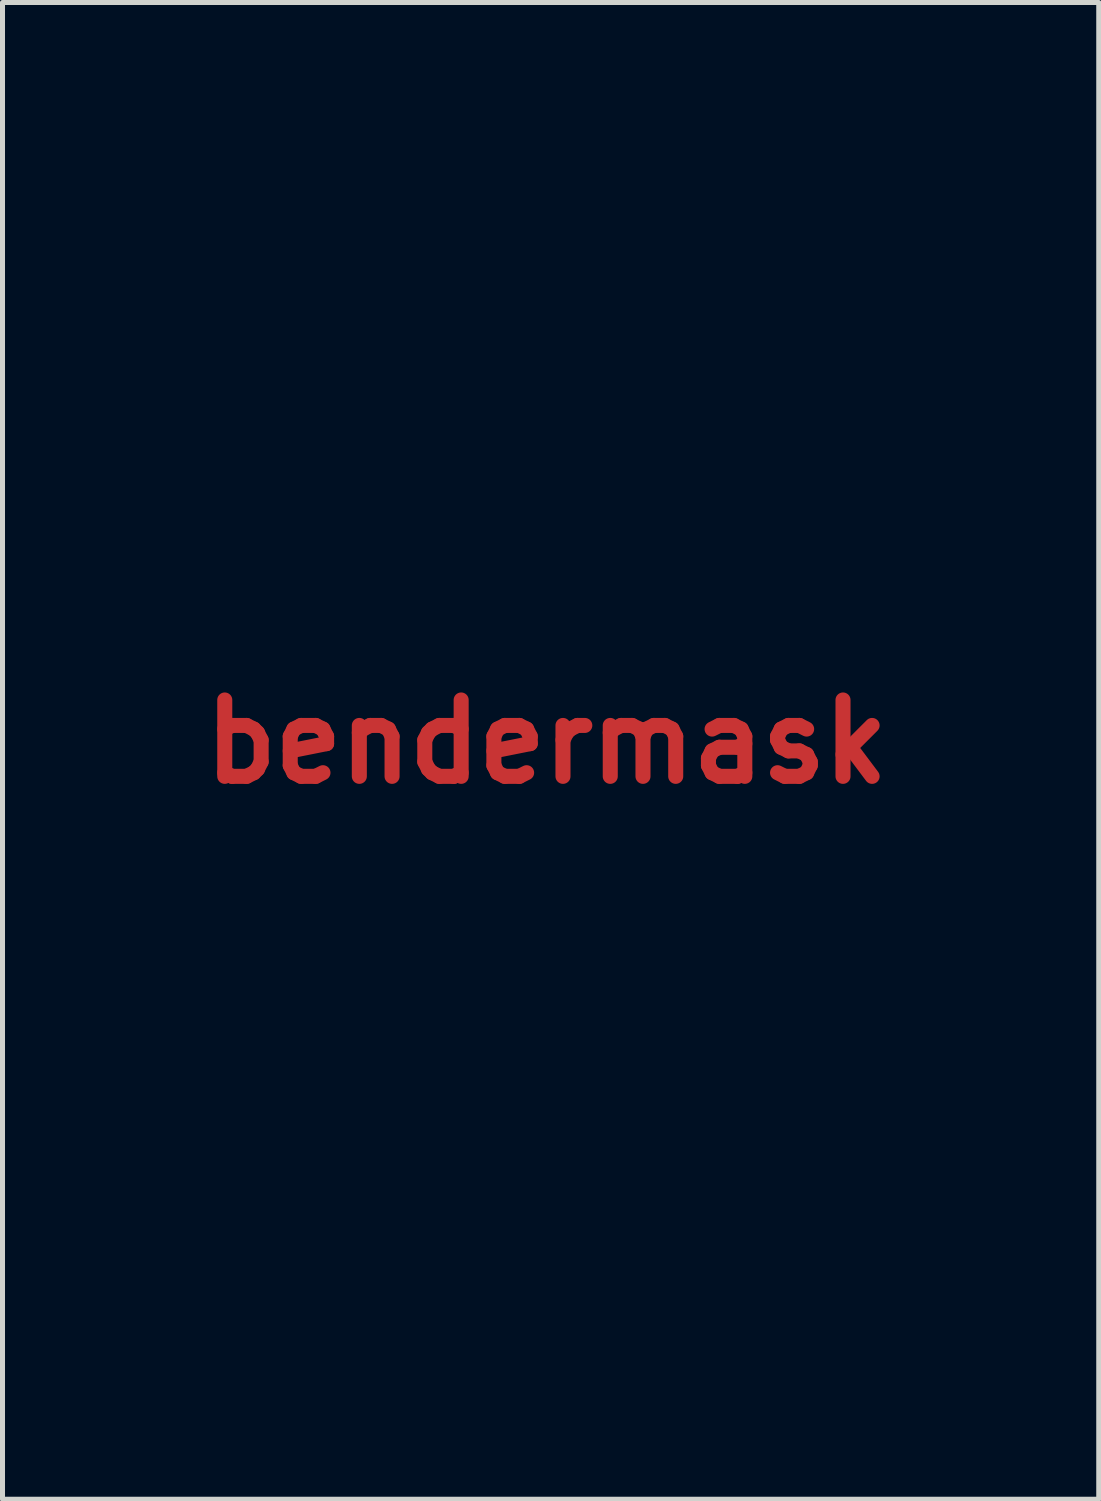
<source format=kicad_pcb>
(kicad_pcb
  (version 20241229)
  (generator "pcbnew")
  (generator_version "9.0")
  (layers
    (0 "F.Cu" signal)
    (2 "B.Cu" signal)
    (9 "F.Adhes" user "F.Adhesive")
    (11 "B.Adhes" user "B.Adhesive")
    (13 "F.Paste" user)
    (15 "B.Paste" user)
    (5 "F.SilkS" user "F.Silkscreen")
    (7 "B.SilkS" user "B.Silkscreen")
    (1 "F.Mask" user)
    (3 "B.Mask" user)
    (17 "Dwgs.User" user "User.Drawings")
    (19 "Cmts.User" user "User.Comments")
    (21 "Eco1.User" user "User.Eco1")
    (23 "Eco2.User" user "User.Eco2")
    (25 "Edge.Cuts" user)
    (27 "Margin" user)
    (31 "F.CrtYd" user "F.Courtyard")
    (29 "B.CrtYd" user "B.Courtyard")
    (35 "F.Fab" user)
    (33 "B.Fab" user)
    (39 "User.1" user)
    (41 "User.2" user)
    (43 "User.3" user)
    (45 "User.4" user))
  (footprint "bendermask"
    (layer "F.Cu")
    (at 7.858 11.753)
    (property "Reference" "bendermask" (at 0 0 0) (layer "F.Cu") (effects (font (size 1.524 1.524) (thickness 0.3))))
    (attr through_hole)
    (fp_poly (pts (xy -0.479 -6.13) (xy -0.445 -6.032) (xy -0.482 -5.933) (xy -0.603 -5.905) (xy -0.728 -5.935) (xy -0.762 -6.032) (xy -0.725 -6.132) (xy -0.603 -6.16) (xy -0.479 -6.13)) (stroke (width 0.01) (type solid)) (fill yes) (layer "F.Mask"))
    (fp_poly (pts (xy 1.12 -6.128) (xy 1.132 -6.022) (xy 1.079 -5.894) (xy 0.992 -5.853) (xy 0.933 -5.883) (xy 0.883 -5.997) (xy 0.918 -6.109) (xy 1.018 -6.159) (xy 1.02 -6.16) (xy 1.12 -6.128)) (stroke (width 0.01) (type solid)) (fill yes) (layer "F.Mask"))
    (fp_poly (pts (xy 1.031 1.454) (xy 1.117 1.556) (xy 1.184 1.68) (xy 1.173 1.778) (xy 1.117 1.873) (xy 0.977 1.997) (xy 0.807 2.03) (xy 0.654 1.962) (xy 0.648 1.956) (xy 0.58 1.816) (xy 0.665 1.816) (xy 0.751 1.926) (xy 0.892 1.955) (xy 1.006 1.913) (xy 1.064 1.814) (xy 1.069 1.707) (xy 1.004 1.584) (xy 0.883 1.528) (xy 0.755 1.546) (xy 0.669 1.645) (xy 0.667 1.65) (xy 0.665 1.816) (xy 0.58 1.816) (xy 0.579 1.815) (xy 0.581 1.644) (xy 0.647 1.501) (xy 0.694 1.463) (xy 0.884 1.401) (xy 1.031 1.454)) (stroke (width 0.01) (type solid)) (fill yes) (layer "F.Mask"))
    (fp_poly (pts (xy -0.71 -6.708) (xy -0.302 -6.697) (xy 0.151 -6.681) (xy 0.495 -6.667) (xy 0.746 -6.653) (xy 0.924 -6.635) (xy 1.044 -6.613) (xy 1.125 -6.582) (xy 1.185 -6.542) (xy 1.231 -6.499) (xy 1.378 -6.273) (xy 1.424 -6.018) (xy 1.374 -5.767) (xy 1.233 -5.555) (xy 1.079 -5.445) (xy 0.996 -5.408) (xy 0.902 -5.38) (xy 0.783 -5.361) (xy 0.622 -5.35) (xy 0.404 -5.347) (xy 0.114 -5.352) (xy -0.265 -5.363) (xy -0.747 -5.382) (xy -1.022 -5.393) (xy -1.407 -5.412) (xy -1.685 -5.438) (xy -1.88 -5.479) (xy -2.012 -5.542) (xy -2.104 -5.635) (xy -2.175 -5.766) (xy -2.202 -5.827) (xy -2.255 -6.1) (xy -2.253 -6.105) (xy -1.504 -6.105) (xy -1.474 -5.867) (xy -1.394 -5.664) (xy -1.27 -5.535) (xy -1.248 -5.524) (xy -1.098 -5.49) (xy -0.885 -5.471) (xy -0.648 -5.467) (xy -0.429 -5.478) (xy -0.267 -5.504) (xy -0.211 -5.529) (xy -0.174 -5.64) (xy -0.205 -5.841) (xy -0.206 -5.844) (xy -0.222 -6.032) (xy -0.124 -6.032) (xy -0.1 -5.786) (xy -0.028 -5.602) (xy 0.038 -5.529) (xy 0.13 -5.486) (xy 0.28 -5.466) (xy 0.523 -5.461) (xy 0.546 -5.461) (xy 0.8 -5.466) (xy 0.965 -5.486) (xy 1.076 -5.532) (xy 1.173 -5.612) (xy 1.178 -5.617) (xy 1.308 -5.828) (xy 1.329 -6.072) (xy 1.243 -6.31) (xy 1.186 -6.387) (xy 1.094 -6.477) (xy 0.986 -6.533) (xy 0.825 -6.566) (xy 0.575 -6.588) (xy 0.56 -6.589) (xy 0.314 -6.602) (xy 0.16 -6.597) (xy 0.068 -6.567) (xy 0.003 -6.506) (xy -0.023 -6.471) (xy -0.098 -6.28) (xy -0.124 -6.032) (xy -0.222 -6.032) (xy -0.232 -6.147) (xy -0.203 -6.277) (xy -0.171 -6.445) (xy -0.209 -6.534) (xy -0.313 -6.573) (xy -0.502 -6.597) (xy -0.739 -6.606) (xy -0.985 -6.599) (xy -1.201 -6.578) (xy -1.35 -6.543) (xy -1.389 -6.519) (xy -1.477 -6.335) (xy -1.504 -6.105) (xy -2.253 -6.105) (xy -2.194 -6.356) (xy -2.034 -6.566) (xy -1.841 -6.68) (xy -1.719 -6.7) (xy -1.481 -6.711) (xy -1.141 -6.714) (xy -0.71 -6.708)) (stroke (width 0.01) (type solid)) (fill yes) (layer "F.Mask"))
    (fp_poly (pts (xy 1.139 -11.699) (xy 1.232 -11.567) (xy 1.23 -11.376) (xy 1.204 -11.296) (xy 1.166 -11.137) (xy 1.154 -10.893) (xy 1.167 -10.546) (xy 1.173 -10.463) (xy 1.209 -10.097) (xy 1.271 -9.828) (xy 1.372 -9.626) (xy 1.532 -9.461) (xy 1.765 -9.304) (xy 1.837 -9.262) (xy 2.085 -9.076) (xy 2.282 -8.82) (xy 2.32 -8.754) (xy 2.508 -8.414) (xy 2.508 -3.304) (xy 3.011 -3.017) (xy 3.369 -2.801) (xy 3.625 -2.614) (xy 3.794 -2.436) (xy 3.891 -2.25) (xy 3.932 -2.036) (xy 3.937 -1.911) (xy 3.999 -1.603) (xy 4.094 -1.425) (xy 4.26 -1.087) (xy 4.299 -0.746) (xy 4.266 -0.551) (xy 4.238 -0.415) (xy 4.25 -0.295) (xy 4.312 -0.15) (xy 4.423 0.043) (xy 4.636 0.373) (xy 4.845 0.651) (xy 5.033 0.857) (xy 5.184 0.974) (xy 5.216 0.987) (xy 5.371 0.975) (xy 5.52 0.85) (xy 5.651 0.625) (xy 5.744 0.352) (xy 5.764 0.267) (xy 5.912 0.267) (xy 5.93 0.43) (xy 5.976 0.521) (xy 5.985 0.526) (xy 6.063 0.547) (xy 6.072 0.547) (xy 6.071 0.485) (xy 6.068 0.434) (xy 6.808 0.434) (xy 6.829 0.496) (xy 6.925 0.497) (xy 7.051 0.448) (xy 7.08 0.413) (xy 7.153 0.413) (xy 7.163 0.491) (xy 7.241 0.508) (xy 7.343 0.468) (xy 7.348 0.455) (xy 7.448 0.455) (xy 7.513 0.504) (xy 7.551 0.508) (xy 7.66 0.468) (xy 7.682 0.413) (xy 7.747 0.413) (xy 7.781 0.497) (xy 7.811 0.508) (xy 7.867 0.457) (xy 7.874 0.413) (xy 7.84 0.328) (xy 7.811 0.318) (xy 7.754 0.369) (xy 7.747 0.413) (xy 7.682 0.413) (xy 7.684 0.408) (xy 7.636 0.332) (xy 7.578 0.329) (xy 7.472 0.382) (xy 7.448 0.455) (xy 7.348 0.455) (xy 7.366 0.413) (xy 7.319 0.328) (xy 7.278 0.318) (xy 7.18 0.369) (xy 7.153 0.413) (xy 7.08 0.413) (xy 7.098 0.392) (xy 7.078 0.33) (xy 6.981 0.328) (xy 6.856 0.378) (xy 6.808 0.434) (xy 6.068 0.434) (xy 6.061 0.333) (xy 6.047 0.159) (xy 6.024 -0.045) (xy 5.998 -0.129) (xy 5.967 -0.102) (xy 5.964 -0.095) (xy 5.922 0.076) (xy 5.912 0.267) (xy 5.764 0.267) (xy 5.812 0.061) (xy 5.835 -0.148) (xy 5.814 -0.308) (xy 6.542 -0.308) (xy 6.547 -0.11) (xy 6.588 0.108) (xy 6.611 0.184) (xy 6.688 0.323) (xy 6.771 0.356) (xy 6.835 0.279) (xy 6.847 0.233) (xy 6.81 0.126) (xy 6.72 0.067) (xy 6.638 0.023) (xy 6.652 0.004) (xy 6.716 -0.053) (xy 6.731 -0.127) (xy 6.698 -0.232) (xy 6.652 -0.259) (xy 6.605 -0.272) (xy 6.652 -0.296) (xy 6.722 -0.37) (xy 6.717 -0.461) (xy 6.64 -0.508) (xy 6.636 -0.508) (xy 6.572 -0.452) (xy 6.542 -0.308) (xy 5.814 -0.308) (xy 5.813 -0.313) (xy 5.745 -0.472) (xy 5.717 -0.523) (xy 5.631 -0.744) (xy 5.74 -0.744) (xy 5.758 -0.686) (xy 5.827 -0.577) (xy 5.914 -0.463) (xy 5.987 -0.389) (xy 6.005 -0.381) (xy 6.028 -0.434) (xy 6.032 -0.493) (xy 6.001 -0.568) (xy 6.837 -0.568) (xy 6.839 -0.323) (xy 6.855 -0.104) (xy 6.875 0.016) (xy 6.906 0.105) (xy 6.957 0.157) (xy 7.056 0.182) (xy 7.235 0.19) (xy 7.399 0.191) (xy 7.874 0.191) (xy 7.874 0) (xy 7.856 -0.134) (xy 7.811 -0.19) (xy 7.811 -0.191) (xy 7.757 -0.138) (xy 7.747 -0.074) (xy 7.715 0.01) (xy 7.599 0.046) (xy 7.525 0.051) (xy 7.361 0.038) (xy 7.303 -0.023) (xy 7.303 -0.032) (xy 7.259 -0.094) (xy 7.211 -0.088) (xy 7.151 -0.01) (xy 7.157 0.043) (xy 7.154 0.115) (xy 7.081 0.118) (xy 7.007 0.047) (xy 6.964 -0.099) (xy 6.962 -0.127) (xy 7.366 -0.127) (xy 7.389 -0.075) (xy 7.408 -0.085) (xy 7.416 -0.159) (xy 7.556 -0.159) (xy 7.588 -0.127) (xy 7.62 -0.159) (xy 7.588 -0.191) (xy 7.556 -0.159) (xy 7.416 -0.159) (xy 7.416 -0.16) (xy 7.408 -0.169) (xy 7.371 -0.161) (xy 7.366 -0.127) (xy 6.962 -0.127) (xy 6.954 -0.268) (xy 6.958 -0.286) (xy 7.112 -0.286) (xy 7.159 -0.208) (xy 7.255 -0.195) (xy 7.33 -0.247) (xy 7.312 -0.314) (xy 7.265 -0.343) (xy 7.153 -0.377) (xy 7.115 -0.344) (xy 7.112 -0.286) (xy 6.958 -0.286) (xy 6.982 -0.412) (xy 7.038 -0.476) (xy 7.234 -0.506) (xy 7.383 -0.444) (xy 7.424 -0.392) (xy 7.526 -0.306) (xy 7.668 -0.292) (xy 7.799 -0.34) (xy 7.871 -0.443) (xy 7.874 -0.473) (xy 7.864 -0.552) (xy 7.814 -0.592) (xy 7.694 -0.602) (xy 7.509 -0.596) (xy 7.226 -0.589) (xy 7.048 -0.61) (xy 6.957 -0.666) (xy 6.93 -0.764) (xy 6.933 -0.797) (xy 7.048 -0.797) (xy 7.082 -0.711) (xy 7.112 -0.699) (xy 7.174 -0.744) (xy 7.176 -0.758) (xy 7.129 -0.844) (xy 7.112 -0.857) (xy 7.058 -0.843) (xy 7.048 -0.797) (xy 6.933 -0.797) (xy 6.934 -0.815) (xy 6.962 -0.925) (xy 7.038 -0.977) (xy 7.2 -0.998) (xy 7.214 -0.999) (xy 7.379 -1.002) (xy 7.449 -0.973) (xy 7.459 -0.89) (xy 7.454 -0.84) (xy 7.432 -0.667) (xy 7.488 -0.799) (xy 7.689 -0.799) (xy 7.7 -0.717) (xy 7.722 -0.716) (xy 7.737 -0.801) (xy 7.727 -0.837) (xy 7.699 -0.861) (xy 7.689 -0.799) (xy 7.488 -0.799) (xy 7.508 -0.846) (xy 7.589 -0.974) (xy 7.698 -1.002) (xy 7.729 -0.998) (xy 7.848 -1.005) (xy 7.874 -1.057) (xy 7.836 -1.107) (xy 7.71 -1.135) (xy 7.477 -1.143) (xy 7.473 -1.143) (xy 7.186 -1.131) (xy 7.002 -1.08) (xy 6.897 -0.97) (xy 6.849 -0.78) (xy 6.837 -0.568) (xy 6.001 -0.568) (xy 5.992 -0.588) (xy 5.9 -0.685) (xy 5.828 -0.73) (xy 6.54 -0.73) (xy 6.574 -0.603) (xy 6.636 -0.572) (xy 6.712 -0.627) (xy 6.731 -0.73) (xy 6.698 -0.858) (xy 6.636 -0.889) (xy 6.559 -0.834) (xy 6.54 -0.73) (xy 5.828 -0.73) (xy 5.8 -0.748) (xy 5.74 -0.744) (xy 5.631 -0.744) (xy 5.624 -0.761) (xy 5.578 -1.064) (xy 5.576 -1.095) (xy 5.576 -1.264) (xy 5.67 -1.264) (xy 5.681 -1.159) (xy 5.738 -1.019) (xy 5.826 -0.883) (xy 5.92 -0.78) (xy 5.995 -0.74) (xy 6.022 -0.762) (xy 6.001 -0.858) (xy 5.934 -0.957) (xy 5.861 -1.058) (xy 5.853 -1.112) (xy 5.913 -1.095) (xy 6 -1.016) (xy 6.108 -0.921) (xy 6.181 -0.889) (xy 6.281 -0.934) (xy 6.374 -1.014) (xy 6.546 -1.014) (xy 6.595 -0.959) (xy 6.668 -0.953) (xy 6.77 -0.991) (xy 6.795 -1.044) (xy 6.755 -1.152) (xy 6.671 -1.186) (xy 6.598 -1.135) (xy 6.546 -1.014) (xy 6.374 -1.014) (xy 6.405 -1.04) (xy 6.506 -1.162) (xy 6.54 -1.244) (xy 6.517 -1.292) (xy 6.703 -1.292) (xy 6.741 -1.226) (xy 6.85 -1.162) (xy 6.942 -1.211) (xy 6.972 -1.286) (xy 7.061 -1.286) (xy 7.091 -1.249) (xy 7.193 -1.206) (xy 7.281 -1.243) (xy 7.303 -1.302) (xy 7.302 -1.302) (xy 7.382 -1.302) (xy 7.477 -1.25) (xy 7.579 -1.222) (xy 7.604 -1.214) (xy 7.618 -1.258) (xy 7.62 -1.302) (xy 7.581 -1.358) (xy 7.691 -1.358) (xy 7.707 -1.27) (xy 7.726 -1.249) (xy 7.819 -1.208) (xy 7.872 -1.274) (xy 7.874 -1.302) (xy 7.823 -1.386) (xy 7.779 -1.397) (xy 7.691 -1.358) (xy 7.581 -1.358) (xy 7.567 -1.379) (xy 7.493 -1.397) (xy 7.384 -1.366) (xy 7.382 -1.302) (xy 7.302 -1.302) (xy 7.25 -1.379) (xy 7.176 -1.397) (xy 7.065 -1.365) (xy 7.061 -1.286) (xy 6.972 -1.286) (xy 6.974 -1.291) (xy 6.946 -1.38) (xy 6.873 -1.397) (xy 6.733 -1.369) (xy 6.703 -1.292) (xy 6.517 -1.292) (xy 6.489 -1.349) (xy 6.361 -1.471) (xy 6.2 -1.58) (xy 6.046 -1.645) (xy 5.997 -1.651) (xy 5.835 -1.595) (xy 5.718 -1.453) (xy 5.67 -1.264) (xy 5.576 -1.264) (xy 5.576 -1.32) (xy 5.608 -1.467) (xy 5.683 -1.584) (xy 5.713 -1.617) (xy 5.835 -1.726) (xy 5.933 -1.777) (xy 5.94 -1.778) (xy 5.998 -1.834) (xy 6.046 -1.972) (xy 6.054 -2.01) (xy 6.123 -2.218) (xy 6.186 -2.317) (xy 7.139 -2.317) (xy 7.181 -2.218) (xy 7.218 -2.191) (xy 7.35 -2.091) (xy 7.424 -2.021) (xy 7.544 -1.923) (xy 7.609 -1.937) (xy 7.62 -2.003) (xy 7.578 -2.112) (xy 7.475 -2.246) (xy 7.461 -2.26) (xy 7.352 -2.412) (xy 7.303 -2.566) (xy 7.303 -2.575) (xy 7.284 -2.703) (xy 7.241 -2.722) (xy 7.19 -2.639) (xy 7.152 -2.492) (xy 7.139 -2.317) (xy 6.186 -2.317) (xy 6.24 -2.402) (xy 6.245 -2.407) (xy 6.333 -2.528) (xy 6.39 -2.686) (xy 6.429 -2.918) (xy 6.442 -3.048) (xy 6.463 -3.298) (xy 6.477 -3.511) (xy 6.481 -3.644) (xy 6.481 -3.651) (xy 6.476 -3.786) (xy 6.467 -3.991) (xy 6.464 -4.059) (xy 7.036 -4.059) (xy 7.072 -3.966) (xy 7.152 -3.835) (xy 7.217 -3.828) (xy 7.262 -3.905) (xy 7.274 -4.045) (xy 7.221 -4.157) (xy 7.148 -4.191) (xy 7.044 -4.16) (xy 7.036 -4.059) (xy 6.464 -4.059) (xy 6.461 -4.126) (xy 6.458 -4.331) (xy 6.48 -4.445) (xy 7.048 -4.445) (xy 7.1 -4.389) (xy 7.147 -4.381) (xy 7.213 -4.412) (xy 7.207 -4.445) (xy 7.126 -4.506) (xy 7.108 -4.508) (xy 7.05 -4.46) (xy 7.048 -4.445) (xy 6.48 -4.445) (xy 6.481 -4.449) (xy 6.543 -4.521) (xy 6.604 -4.557) (xy 6.763 -4.602) (xy 6.973 -4.614) (xy 7.182 -4.597) (xy 7.338 -4.551) (xy 7.373 -4.527) (xy 7.404 -4.439) (xy 7.432 -4.259) (xy 7.453 -4.022) (xy 7.456 -3.964) (xy 7.488 -3.441) (xy 7.53 -3.038) (xy 7.583 -2.747) (xy 7.648 -2.561) (xy 7.684 -2.508) (xy 7.768 -2.407) (xy 7.833 -2.306) (xy 7.883 -2.19) (xy 7.92 -2.041) (xy 7.946 -1.842) (xy 7.964 -1.577) (xy 7.976 -1.228) (xy 7.985 -0.78) (xy 7.99 -0.466) (xy 8.014 1.132) (xy 7.843 1.243) (xy 7.639 1.323) (xy 7.316 1.373) (xy 7.166 1.384) (xy 6.909 1.403) (xy 6.747 1.428) (xy 6.648 1.471) (xy 6.582 1.542) (xy 6.556 1.58) (xy 6.314 1.893) (xy 6.031 2.124) (xy 5.733 2.259) (xy 5.535 2.286) (xy 5.198 2.231) (xy 4.835 2.076) (xy 4.474 1.837) (xy 4.141 1.534) (xy 4.39 1.534) (xy 4.426 1.638) (xy 4.535 1.735) (xy 4.613 1.789) (xy 4.873 1.959) (xy 5.043 2.055) (xy 5.137 2.081) (xy 5.166 2.038) (xy 5.142 1.93) (xy 5.133 1.901) (xy 5.096 1.714) (xy 5.088 1.483) (xy 5.089 1.468) (xy 5.158 1.468) (xy 5.181 1.701) (xy 5.258 1.93) (xy 5.301 2.007) (xy 5.426 2.126) (xy 5.596 2.151) (xy 5.834 2.083) (xy 5.86 2.073) (xy 6.041 1.971) (xy 6.185 1.85) (xy 6.264 1.753) (xy 6.246 1.719) (xy 6.131 1.714) (xy 5.983 1.67) (xy 5.811 1.559) (xy 5.653 1.413) (xy 5.547 1.267) (xy 5.524 1.187) (xy 5.483 1.122) (xy 5.387 1.128) (xy 5.276 1.192) (xy 5.198 1.287) (xy 5.158 1.468) (xy 5.089 1.468) (xy 5.093 1.409) (xy 5.101 1.217) (xy 5.068 1.096) (xy 5.001 1.021) (xy 5.627 1.021) (xy 5.647 1.208) (xy 5.781 1.394) (xy 5.827 1.439) (xy 5.987 1.536) (xy 6.175 1.585) (xy 6.345 1.578) (xy 6.453 1.512) (xy 6.449 1.43) (xy 6.417 1.409) (xy 6.242 1.291) (xy 6.125 1.097) (xy 6.12 1.07) (xy 6.489 1.07) (xy 6.546 1.174) (xy 6.618 1.201) (xy 6.665 1.188) (xy 6.62 1.164) (xy 6.591 1.129) (xy 7.388 1.129) (xy 7.496 1.136) (xy 7.541 1.131) (xy 7.684 1.079) (xy 7.736 0.968) (xy 7.724 0.852) (xy 7.647 0.838) (xy 7.518 0.928) (xy 7.493 0.953) (xy 7.388 1.072) (xy 7.388 1.129) (xy 6.591 1.129) (xy 6.554 1.082) (xy 6.535 0.995) (xy 6.52 0.919) (xy 6.498 0.939) (xy 6.489 1.07) (xy 6.12 1.07) (xy 6.096 0.936) (xy 6.053 0.738) (xy 5.974 0.653) (xy 5.888 0.618) (xy 5.817 0.656) (xy 5.727 0.788) (xy 5.718 0.803) (xy 5.627 1.021) (xy 5.001 1.021) (xy 4.975 0.991) (xy 4.937 0.959) (xy 4.752 0.807) (xy 4.594 0.965) (xy 4.464 1.164) (xy 4.402 1.374) (xy 4.39 1.534) (xy 4.141 1.534) (xy 4.139 1.532) (xy 3.905 1.248) (xy 3.774 1.07) (xy 3.67 0.942) (xy 3.615 0.89) (xy 3.615 0.89) (xy 3.593 0.95) (xy 3.551 1.117) (xy 3.491 1.378) (xy 3.418 1.714) (xy 3.335 2.111) (xy 3.245 2.552) (xy 3.244 2.556) (xy 3.154 3.003) (xy 3.069 3.412) (xy 2.993 3.766) (xy 2.931 4.046) (xy 2.886 4.236) (xy 2.861 4.318) (xy 2.767 4.398) (xy 2.63 4.445) (xy 2.477 4.53) (xy 2.311 4.722) (xy 2.141 5) (xy 1.977 5.348) (xy 1.826 5.745) (xy 1.697 6.173) (xy 1.599 6.613) (xy 1.577 6.746) (xy 1.545 7.295) (xy 1.601 7.896) (xy 1.739 8.517) (xy 1.951 9.125) (xy 2.23 9.69) (xy 2.237 9.701) (xy 2.392 9.949) (xy 2.528 10.12) (xy 2.683 10.249) (xy 2.889 10.374) (xy 3.224 10.604) (xy 3.49 10.878) (xy 3.667 11.172) (xy 3.721 11.347) (xy 3.737 11.541) (xy 3.687 11.686) (xy 3.552 11.811) (xy 3.33 11.937) (xy 3.192 12.001) (xy 3.058 12.046) (xy 2.9 12.075) (xy 2.691 12.093) (xy 2.402 12.103) (xy 2.127 12.108) (xy 1.794 12.11) (xy 1.499 12.107) (xy 1.268 12.101) (xy 1.13 12.09) (xy 1.111 12.086) (xy 0.979 12.042) (xy 0.788 11.967) (xy 0.683 11.924) (xy 0.499 11.828) (xy 0.401 11.717) (xy 0.391 11.621) (xy 0.508 11.621) (xy 0.568 11.72) (xy 0.733 11.82) (xy 0.983 11.91) (xy 1.297 11.982) (xy 1.406 12) (xy 1.601 12.028) (xy 1.738 12.049) (xy 1.778 12.055) (xy 1.851 12.052) (xy 2.021 12.039) (xy 2.261 12.017) (xy 2.439 12.001) (xy 2.899 11.936) (xy 3.25 11.845) (xy 3.487 11.729) (xy 3.606 11.589) (xy 3.619 11.517) (xy 3.562 11.249) (xy 3.402 10.969) (xy 3.158 10.702) (xy 2.905 10.51) (xy 2.775 10.441) (xy 2.667 10.44) (xy 2.523 10.498) (xy 2.243 10.597) (xy 1.95 10.646) (xy 1.687 10.641) (xy 1.493 10.579) (xy 1.489 10.576) (xy 1.365 10.507) (xy 1.269 10.513) (xy 1.156 10.579) (xy 0.992 10.705) (xy 0.871 10.822) (xy 0.762 10.981) (xy 0.651 11.193) (xy 0.56 11.41) (xy 0.511 11.584) (xy 0.508 11.621) (xy 0.391 11.621) (xy 0.386 11.569) (xy 0.449 11.357) (xy 0.542 11.145) (xy 0.679 10.911) (xy 0.854 10.686) (xy 1.036 10.507) (xy 1.195 10.407) (xy 1.198 10.405) (xy 1.198 10.343) (xy 1.145 10.189) (xy 1.048 9.962) (xy 0.931 9.716) (xy 1.076 9.716) (xy 1.182 9.922) (xy 1.295 10.124) (xy 1.415 10.31) (xy 1.49 10.405) (xy 1.569 10.457) (xy 1.69 10.476) (xy 1.889 10.471) (xy 1.974 10.466) (xy 2.197 10.449) (xy 2.367 10.425) (xy 2.447 10.402) (xy 2.436 10.332) (xy 2.37 10.185) (xy 2.263 9.991) (xy 2.244 9.959) (xy 2 9.556) (xy 1.778 9.632) (xy 1.552 9.687) (xy 1.319 9.712) (xy 1.316 9.712) (xy 1.076 9.716) (xy 0.931 9.716) (xy 0.916 9.684) (xy 0.898 9.647) (xy 0.654 9.126) (xy 0.498 8.712) (xy 0.635 8.712) (xy 0.66 8.81) (xy 0.722 8.98) (xy 0.804 9.178) (xy 0.887 9.363) (xy 0.955 9.492) (xy 0.971 9.516) (xy 1.073 9.56) (xy 1.254 9.578) (xy 1.469 9.573) (xy 1.673 9.546) (xy 1.82 9.5) (xy 1.851 9.478) (xy 1.874 9.377) (xy 1.843 9.212) (xy 1.774 9.017) (xy 1.682 8.829) (xy 1.584 8.686) (xy 1.496 8.623) (xy 1.482 8.623) (xy 1.355 8.636) (xy 1.154 8.648) (xy 1 8.654) (xy 0.804 8.668) (xy 0.671 8.691) (xy 0.635 8.712) (xy 0.498 8.712) (xy 0.479 8.662) (xy 0.364 8.216) (xy 0.296 7.747) (xy 0.271 7.398) (xy 0.271 7.377) (xy 0.366 7.377) (xy 0.408 7.705) (xy 0.472 8.094) (xy 0.548 8.36) (xy 0.637 8.505) (xy 0.684 8.532) (xy 0.834 8.552) (xy 1.037 8.549) (xy 1.243 8.528) (xy 1.406 8.494) (xy 1.468 8.463) (xy 1.497 8.359) (xy 1.49 8.137) (xy 1.46 7.867) (xy 1.425 7.625) (xy 1.397 7.441) (xy 1.379 7.342) (xy 1.376 7.333) (xy 1.312 7.335) (xy 1.153 7.342) (xy 0.929 7.352) (xy 0.866 7.354) (xy 0.366 7.377) (xy 0.271 7.377) (xy 0.284 6.883) (xy 0.39 6.883) (xy 0.391 7.109) (xy 0.445 7.234) (xy 0.492 7.262) (xy 0.622 7.276) (xy 0.815 7.273) (xy 1.028 7.256) (xy 1.215 7.229) (xy 1.333 7.197) (xy 1.347 7.188) (xy 1.378 7.105) (xy 1.417 6.934) (xy 1.455 6.709) (xy 1.456 6.7) (xy 1.487 6.44) (xy 1.475 6.281) (xy 1.402 6.198) (xy 1.247 6.166) (xy 1.016 6.161) (xy 0.76 6.172) (xy 0.6 6.219) (xy 0.507 6.321) (xy 0.45 6.498) (xy 0.44 6.549) (xy 0.39 6.883) (xy 0.284 6.883) (xy 0.288 6.719) (xy 0.407 6.064) (xy 0.563 6.064) (xy 1.063 6.069) (xy 1.564 6.073) (xy 1.699 5.701) (xy 1.835 5.328) (xy 1.668 5.265) (xy 1.504 5.231) (xy 1.283 5.217) (xy 1.179 5.22) (xy 0.983 5.239) (xy 0.868 5.284) (xy 0.791 5.38) (xy 0.747 5.464) (xy 0.663 5.666) (xy 0.604 5.86) (xy 0.6 5.877) (xy 0.563 6.064) (xy 0.407 6.064) (xy 0.409 6.055) (xy 0.64 5.378) (xy 0.727 5.178) (xy 0.809 4.993) (xy 0.97 4.993) (xy 0.977 5.058) (xy 1.07 5.081) (xy 1.222 5.086) (xy 1.435 5.103) (xy 1.62 5.135) (xy 1.651 5.144) (xy 1.786 5.184) (xy 1.853 5.201) (xy 1.903 5.153) (xy 1.99 5.021) (xy 2.088 4.852) (xy 2.174 4.677) (xy 2.213 4.561) (xy 2.198 4.529) (xy 2.093 4.552) (xy 1.907 4.581) (xy 1.74 4.601) (xy 1.451 4.636) (xy 1.261 4.669) (xy 1.145 4.712) (xy 1.075 4.772) (xy 1.027 4.859) (xy 0.97 4.993) (xy 0.809 4.993) (xy 0.827 4.952) (xy 0.901 4.776) (xy 0.936 4.676) (xy 0.937 4.663) (xy 0.871 4.654) (xy 0.708 4.642) (xy 0.479 4.631) (xy 0.389 4.627) (xy 0.128 4.619) (xy -0.038 4.625) (xy -0.144 4.653) (xy -0.222 4.71) (xy -0.296 4.796) (xy -0.508 5.099) (xy -0.723 5.477) (xy -0.915 5.884) (xy -1.053 6.252) (xy -1.212 6.963) (xy -1.248 7.7) (xy -1.161 8.459) (xy -1.015 9.037) (xy -0.932 9.284) (xy -0.845 9.46) (xy -0.727 9.596) (xy -0.548 9.727) (xy -0.32 9.864) (xy 0.027 10.119) (xy 0.267 10.415) (xy 0.392 10.741) (xy 0.409 10.906) (xy 0.404 11.093) (xy 0.365 11.201) (xy 0.268 11.277) (xy 0.186 11.319) (xy -0.097 11.416) (xy -0.472 11.487) (xy -0.907 11.529) (xy -1.369 11.543) (xy -1.826 11.526) (xy -2.245 11.479) (xy -2.588 11.401) (xy -2.78 11.336) (xy -2.879 11.275) (xy -2.916 11.191) (xy -2.921 11.091) (xy -2.902 10.99) (xy -2.795 10.99) (xy -2.751 11.15) (xy -2.608 11.268) (xy -2.362 11.348) (xy -2.006 11.393) (xy -1.534 11.407) (xy -1.206 11.403) (xy -0.709 11.379) (xy -0.315 11.338) (xy -0.035 11.281) (xy -0.019 11.276) (xy 0.171 11.209) (xy 0.306 11.148) (xy 0.345 11.119) (xy 0.348 11.032) (xy 0.317 10.868) (xy 0.284 10.746) (xy 0.131 10.431) (xy -0.124 10.14) (xy -0.454 9.903) (xy -0.504 9.876) (xy -0.646 9.814) (xy -0.748 9.823) (xy -0.875 9.906) (xy -1.168 10.048) (xy -1.489 10.073) (xy -1.743 10.007) (xy -1.901 9.948) (xy -2.008 9.946) (xy -2.123 10.01) (xy -2.207 10.073) (xy -2.374 10.23) (xy -2.545 10.435) (xy -2.61 10.53) (xy -2.746 10.784) (xy -2.795 10.99) (xy -2.902 10.99) (xy -2.872 10.823) (xy -2.739 10.528) (xy -2.547 10.248) (xy -2.32 10.025) (xy -2.316 10.022) (xy -2.137 9.866) (xy -2.071 9.751) (xy -2.076 9.716) (xy -2.115 9.615) (xy -2.185 9.429) (xy -2.273 9.189) (xy -2.292 9.136) (xy -2.159 9.136) (xy -2.135 9.202) (xy -2.072 9.35) (xy -1.993 9.529) (xy -1.898 9.732) (xy -1.813 9.848) (xy -1.699 9.91) (xy -1.516 9.947) (xy -1.429 9.96) (xy -1.331 9.95) (xy -1.168 9.914) (xy -1.127 9.903) (xy -0.976 9.85) (xy -0.894 9.802) (xy -0.889 9.792) (xy -0.91 9.712) (xy -0.963 9.555) (xy -1.007 9.437) (xy -1.125 9.127) (xy -1.642 9.12) (xy -1.88 9.119) (xy -2.06 9.124) (xy -2.153 9.132) (xy -2.159 9.136) (xy -2.292 9.136) (xy -2.312 9.081) (xy -2.388 8.863) (xy -2.441 8.681) (xy -2.476 8.504) (xy -2.496 8.3) (xy -2.502 8.109) (xy -2.413 8.109) (xy -2.394 8.283) (xy -2.346 8.499) (xy -2.282 8.711) (xy -2.215 8.872) (xy -2.181 8.923) (xy -2.076 8.969) (xy -1.895 9.002) (xy -1.68 9.018) (xy -1.472 9.018) (xy -1.312 8.997) (xy -1.244 8.963) (xy -1.238 8.878) (xy -1.255 8.705) (xy -1.29 8.482) (xy -1.29 8.479) (xy -1.37 8.048) (xy -1.892 8.04) (xy -2.176 8.043) (xy -2.346 8.062) (xy -2.411 8.1) (xy -2.413 8.109) (xy -2.502 8.109) (xy -2.505 8.04) (xy -2.508 7.69) (xy -2.508 7.588) (xy -2.506 7.386) (xy -2.413 7.386) (xy -2.403 7.676) (xy -2.371 7.846) (xy -2.334 7.895) (xy -2.208 7.919) (xy -2.007 7.93) (xy -1.785 7.93) (xy -1.594 7.918) (xy -1.497 7.899) (xy -1.439 7.843) (xy -1.407 7.716) (xy -1.397 7.491) (xy -1.397 7.462) (xy -1.397 7.063) (xy -1.794 7.033) (xy -2.022 7.01) (xy -2.211 6.98) (xy -2.302 6.956) (xy -2.358 6.943) (xy -2.392 6.982) (xy -2.408 7.095) (xy -2.413 7.304) (xy -2.413 7.386) (xy -2.506 7.386) (xy -2.505 7.194) (xy -2.496 6.895) (xy -2.48 6.713) (xy -2.349 6.713) (xy -2.29 6.811) (xy -2.123 6.876) (xy -1.864 6.904) (xy -1.716 6.903) (xy -1.369 6.89) (xy -1.229 6.383) (xy -1.167 6.147) (xy -1.126 5.963) (xy -1.111 5.861) (xy -1.113 5.851) (xy -1.185 5.834) (xy -1.348 5.814) (xy -1.567 5.795) (xy -1.571 5.794) (xy -1.832 5.784) (xy -1.992 5.802) (xy -2.075 5.85) (xy -2.075 5.85) (xy -2.131 5.959) (xy -2.202 6.145) (xy -2.271 6.362) (xy -2.325 6.564) (xy -2.349 6.705) (xy -2.349 6.713) (xy -2.48 6.713) (xy -2.475 6.66) (xy -2.441 6.459) (xy -2.389 6.26) (xy -2.36 6.162) (xy -2.192 5.705) (xy -2.154 5.622) (xy -2.009 5.622) (xy -1.972 5.661) (xy -1.831 5.667) (xy -1.793 5.664) (xy -1.563 5.666) (xy -1.339 5.702) (xy -1.331 5.704) (xy -1.174 5.747) (xy -1.075 5.772) (xy -1.068 5.773) (xy -1.02 5.724) (xy -0.936 5.591) (xy -0.85 5.431) (xy -0.763 5.243) (xy -0.714 5.103) (xy -0.711 5.046) (xy -0.801 5.014) (xy -0.974 4.986) (xy -1.187 4.967) (xy -1.397 4.959) (xy -1.56 4.967) (xy -1.598 4.974) (xy -1.695 5.027) (xy -1.792 5.149) (xy -1.899 5.358) (xy -2.009 5.622) (xy -2.154 5.622) (xy -1.969 5.211) (xy -1.74 4.778) (xy -1.575 4.778) (xy -1.531 4.805) (xy -1.394 4.825) (xy -1.259 4.83) (xy -1.041 4.843) (xy -0.859 4.87) (xy -0.794 4.889) (xy -0.661 4.937) (xy -0.576 4.92) (xy -0.486 4.821) (xy -0.449 4.769) (xy -0.318 4.585) (xy -0.683 4.515) (xy -0.914 4.47) (xy -1.118 4.428) (xy -1.21 4.408) (xy -1.299 4.395) (xy -1.365 4.417) (xy -1.431 4.498) (xy -1.517 4.661) (xy -1.575 4.778) (xy -1.74 4.778) (xy -1.72 4.74) (xy -1.603 4.547) (xy -1.512 4.376) (xy -1.499 4.281) (xy -1.514 4.268) (xy -1.615 4.21) (xy -1.706 4.138) (xy -1.742 4.095) (xy -1.773 4.026) (xy -1.8 3.916) (xy -1.827 3.751) (xy -1.855 3.519) (xy -1.884 3.203) (xy -1.919 2.792) (xy -1.959 2.271) (xy -1.968 2.159) (xy -2.004 1.685) (xy -2.039 1.253) (xy -2.071 0.879) (xy -2.099 0.579) (xy -2.12 0.369) (xy -2.134 0.265) (xy -2.137 0.256) (xy -2.205 0.263) (xy -2.299 0.311) (xy -2.419 0.379) (xy -2.614 0.484) (xy -2.845 0.604) (xy -2.883 0.623) (xy -3.369 0.813) (xy -3.846 0.891) (xy -4.3 0.861) (xy -4.562 0.777) (xy -4.262 0.777) (xy -3.81 0.751) (xy -3.517 0.721) (xy -3.346 0.672) (xy -3.299 0.633) (xy -3.255 0.495) (xy -3.24 0.299) (xy -3.252 0.096) (xy -3.289 -0.064) (xy -3.324 -0.119) (xy -3.454 -0.16) (xy -3.672 -0.154) (xy -3.705 -0.15) (xy -3.884 -0.12) (xy -3.971 -0.075) (xy -3.998 0.017) (xy -4.001 0.12) (xy -4.036 0.333) (xy -4.121 0.545) (xy -4.131 0.563) (xy -4.262 0.777) (xy -4.562 0.777) (xy -4.716 0.727) (xy -5.08 0.494) (xy -5.377 0.164) (xy -5.435 0.065) (xy -5.299 0.065) (xy -5.25 0.157) (xy -5.232 0.181) (xy -5.121 0.297) (xy -4.951 0.433) (xy -4.761 0.562) (xy -4.587 0.66) (xy -4.47 0.698) (xy -4.469 0.699) (xy -4.379 0.653) (xy -4.267 0.541) (xy -4.259 0.531) (xy -4.155 0.316) (xy -4.128 0.13) (xy -4.143 -0.034) (xy -4.215 -0.133) (xy -4.35 -0.209) (xy -4.404 -0.242) (xy -3.247 -0.242) (xy -3.2 -0.161) (xy -3.147 -0.025) (xy -3.115 0.175) (xy -3.111 0.266) (xy -3.105 0.443) (xy -3.089 0.553) (xy -3.077 0.572) (xy -3.005 0.545) (xy -2.862 0.479) (xy -2.791 0.443) (xy -2.63 0.346) (xy -2.557 0.248) (xy -2.54 0.11) (xy -2.568 -0.057) (xy -2.638 -0.242) (xy -2.73 -0.402) (xy -2.821 -0.497) (xy -2.855 -0.508) (xy -2.948 -0.477) (xy -3.09 -0.403) (xy -3.104 -0.395) (xy -3.224 -0.311) (xy -3.247 -0.242) (xy -4.404 -0.242) (xy -4.492 -0.295) (xy -4.568 -0.376) (xy -4.572 -0.392) (xy -4.611 -0.403) (xy -4.708 -0.337) (xy -4.747 -0.303) (xy -4.928 -0.164) (xy -5.124 -0.055) (xy -5.129 -0.053) (xy -5.264 0.009) (xy -5.299 0.065) (xy -5.435 0.065) (xy -5.517 -0.076) (xy -5.729 -0.65) (xy -5.81 -1.206) (xy -5.669 -1.206) (xy -5.631 -0.905) (xy -5.574 -0.549) (xy -5.506 -0.309) (xy -5.414 -0.174) (xy -5.289 -0.132) (xy -5.122 -0.173) (xy -5.015 -0.223) (xy -4.824 -0.358) (xy -4.747 -0.52) (xy -4.775 -0.736) (xy -4.795 -0.799) (xy -4.854 -1.005) (xy -4.885 -1.195) (xy -4.887 -1.224) (xy -4.895 -1.341) (xy -4.939 -1.366) (xy -5.054 -1.315) (xy -5.077 -1.303) (xy -5.278 -1.233) (xy -5.467 -1.206) (xy -5.669 -1.206) (xy -5.81 -1.206) (xy -5.814 -1.235) (xy -5.808 -1.346) (xy -5.662 -1.346) (xy -5.659 -1.313) (xy -5.6 -1.287) (xy -5.464 -1.302) (xy -5.292 -1.349) (xy -5.121 -1.418) (xy -5.077 -1.442) (xy -4.993 -1.505) (xy -4.936 -1.598) (xy -4.893 -1.75) (xy -4.854 -1.992) (xy -4.845 -2.054) (xy -4.816 -2.295) (xy -4.798 -2.482) (xy -4.795 -2.585) (xy -4.797 -2.595) (xy -4.856 -2.576) (xy -4.971 -2.499) (xy -4.988 -2.485) (xy -5.177 -2.377) (xy -5.368 -2.313) (xy -5.489 -2.283) (xy -5.557 -2.228) (xy -5.594 -2.113) (xy -5.62 -1.915) (xy -5.649 -1.638) (xy -5.662 -1.458) (xy -5.662 -1.346) (xy -5.808 -1.346) (xy -5.782 -1.784) (xy -5.749 -2.069) (xy -5.758 -2.239) (xy -5.813 -2.298) (xy -5.919 -2.251) (xy -6.032 -2.15) (xy -6.231 -2.006) (xy -6.433 -1.982) (xy -6.658 -2.077) (xy -6.731 -2.127) (xy -6.866 -2.225) (xy -6.947 -2.281) (xy -6.957 -2.286) (xy -7.008 -2.25) (xy -7.126 -2.159) (xy -7.207 -2.095) (xy -7.417 -1.954) (xy -7.579 -1.914) (xy -7.716 -1.971) (xy -7.776 -2.029) (xy -7.853 -2.166) (xy -7.844 -2.254) (xy -7.62 -2.254) (xy -7.588 -2.223) (xy -7.556 -2.254) (xy -7.588 -2.286) (xy -7.62 -2.254) (xy -7.844 -2.254) (xy -7.838 -2.318) (xy -7.747 -2.318) (xy -7.715 -2.286) (xy -7.684 -2.318) (xy -7.715 -2.349) (xy -7.747 -2.318) (xy -7.838 -2.318) (xy -7.838 -2.32) (xy -7.726 -2.505) (xy -7.69 -2.544) (xy -7.586 -2.544) (xy -7.57 -2.467) (xy -7.494 -2.35) (xy -7.393 -2.236) (xy -7.301 -2.169) (xy -7.287 -2.166) (xy -7.245 -2.211) (xy -7.239 -2.256) (xy -7.29 -2.362) (xy -7.334 -2.39) (xy -6.876 -2.39) (xy -6.692 -2.243) (xy -6.472 -2.118) (xy -6.279 -2.116) (xy -6.133 -2.217) (xy -6.061 -2.309) (xy -6.084 -2.354) (xy -6.155 -2.38) (xy -6.294 -2.469) (xy -6.352 -2.544) (xy -6.361 -2.557) (xy -6.238 -2.557) (xy -5.929 -2.492) (xy -5.636 -2.439) (xy -5.431 -2.424) (xy -5.279 -2.447) (xy -5.187 -2.484) (xy -5.036 -2.582) (xy -4.881 -2.713) (xy -4.758 -2.844) (xy -4.7 -2.94) (xy -4.7 -2.949) (xy -4.745 -3.014) (xy -4.866 -3.138) (xy -5.039 -3.302) (xy -5.242 -3.485) (xy -5.45 -3.667) (xy -5.642 -3.826) (xy -5.793 -3.944) (xy -5.882 -3.999) (xy -5.89 -4) (xy -5.97 -3.942) (xy -6.052 -3.784) (xy -6.125 -3.556) (xy -6.181 -3.285) (xy -6.208 -3.04) (xy -6.238 -2.557) (xy -6.361 -2.557) (xy -6.423 -2.642) (xy -6.507 -2.653) (xy -6.637 -2.577) (xy -6.7 -2.528) (xy -6.876 -2.39) (xy -7.334 -2.39) (xy -7.334 -2.39) (xy -7.419 -2.47) (xy -7.429 -2.515) (xy -7.469 -2.595) (xy -7.55 -2.584) (xy -7.586 -2.544) (xy -7.69 -2.544) (xy -7.512 -2.734) (xy -7.447 -2.794) (xy -6.413 -2.794) (xy -6.39 -2.742) (xy -6.371 -2.752) (xy -6.364 -2.827) (xy -6.371 -2.836) (xy -6.409 -2.828) (xy -6.413 -2.794) (xy -7.447 -2.794) (xy -7.421 -2.819) (xy -7.229 -2.999) (xy -7.127 -3.115) (xy -7.102 -3.182) (xy -7.135 -3.212) (xy -7.226 -3.304) (xy -7.241 -3.441) (xy -7.145 -3.441) (xy -7.106 -3.324) (xy -6.963 -3.238) (xy -6.817 -3.189) (xy -6.735 -3.212) (xy -6.665 -3.324) (xy -6.652 -3.35) (xy -6.548 -3.483) (xy -6.425 -3.509) (xy -6.296 -3.539) (xy -6.221 -3.657) (xy -6.184 -3.811) (xy -6.231 -3.903) (xy -6.382 -3.96) (xy -6.448 -3.973) (xy -6.704 -3.964) (xy -6.922 -3.835) (xy -7.082 -3.617) (xy -7.145 -3.441) (xy -7.241 -3.441) (xy -7.243 -3.458) (xy -7.196 -3.642) (xy -7.099 -3.828) (xy -6.963 -3.983) (xy -6.802 -4.079) (xy -6.779 -4.086) (xy -6.694 -4.123) (xy -6.652 -4.201) (xy -6.637 -4.355) (xy -6.636 -4.457) (xy -6.635 -4.47) (xy -6.581 -4.47) (xy -6.559 -4.29) (xy -6.468 -4.14) (xy -6.359 -4.071) (xy -6.163 -4.019) (xy -6.055 -4.049) (xy -6.017 -4.173) (xy -6.02 -4.277) (xy -6.067 -4.569) (xy -6.149 -4.755) (xy -6.264 -4.826) (xy -6.275 -4.826) (xy -6.435 -4.774) (xy -6.539 -4.643) (xy -6.581 -4.47) (xy -6.635 -4.47) (xy -6.629 -4.658) (xy -6.597 -4.773) (xy -6.523 -4.843) (xy -6.46 -4.876) (xy -6.252 -4.93) (xy -6.092 -4.878) (xy -5.999 -4.727) (xy -5.995 -4.711) (xy -5.933 -4.465) (xy -5.856 -4.276) (xy -5.742 -4.108) (xy -5.569 -3.929) (xy -5.35 -3.734) (xy -5.121 -3.535) (xy -4.91 -3.349) (xy -4.748 -3.204) (xy -4.689 -3.15) (xy -4.521 -2.991) (xy -4.64 -2.464) (xy -4.729 -1.941) (xy -4.754 -1.465) (xy -4.715 -1.051) (xy -4.617 -0.713) (xy -4.46 -0.463) (xy -4.261 -0.32) (xy -3.949 -0.258) (xy -3.598 -0.313) (xy -3.207 -0.488) (xy -3.004 -0.625) (xy -2.749 -0.625) (xy -2.713 -0.533) (xy -2.637 -0.435) (xy -2.518 -0.246) (xy -2.442 -0.041) (xy -2.44 -0.03) (xy -2.397 0.107) (xy -2.343 0.188) (xy -2.299 0.191) (xy -2.286 0.124) (xy -2.313 0.031) (xy -2.381 -0.125) (xy -2.413 -0.191) (xy -2.492 -0.372) (xy -2.537 -0.525) (xy -2.54 -0.558) (xy -2.568 -0.697) (xy -2.646 -0.727) (xy -2.708 -0.691) (xy -2.749 -0.625) (xy -3.004 -0.625) (xy -2.787 -0.772) (xy -2.629 -0.92) (xy -2.614 -0.95) (xy -2.456 -0.95) (xy -2.452 -0.776) (xy -2.45 -0.754) (xy -2.412 -0.561) (xy -2.353 -0.359) (xy -2.286 -0.181) (xy -2.224 -0.059) (xy -2.177 -0.025) (xy -2.174 -0.027) (xy -2.17 -0.096) (xy -2.176 -0.267) (xy -2.191 -0.516) (xy -2.214 -0.816) (xy -2.218 -0.863) (xy -2.241 -1.115) (xy -2.08 -1.115) (xy -2.072 -0.939) (xy -2.057 -0.671) (xy -2.035 -0.328) (xy -2.008 0.072) (xy -1.977 0.512) (xy -1.943 0.975) (xy -1.909 1.444) (xy -1.874 1.901) (xy -1.84 2.329) (xy -1.809 2.71) (xy -1.781 3.029) (xy -1.759 3.266) (xy -1.743 3.405) (xy -1.742 3.409) (xy -1.722 3.504) (xy -1.682 3.57) (xy -1.597 3.62) (xy -1.443 3.668) (xy -1.194 3.726) (xy -1.125 3.741) (xy -0.792 3.814) (xy -0.544 3.864) (xy -0.342 3.896) (xy -0.148 3.914) (xy 0.078 3.923) (xy 0.373 3.928) (xy 0.392 3.928) (xy 0.707 3.927) (xy 0.918 3.912) (xy 1.046 3.879) (xy 1.1 3.844) (xy 1.145 3.753) (xy 1.183 3.574) (xy 1.215 3.301) (xy 1.241 2.928) (xy 1.262 2.449) (xy 1.277 1.858) (xy 1.287 1.149) (xy 1.291 0.699) (xy 1.302 -0.921) (xy 0.032 -0.961) (xy -0.59 -0.988) (xy -1.087 -1.023) (xy -1.458 -1.068) (xy -1.644 -1.106) (xy -1.855 -1.154) (xy -2.011 -1.181) (xy -2.079 -1.181) (xy -2.08 -1.115) (xy -2.241 -1.115) (xy -2.246 -1.169) (xy -2.272 -1.427) (xy -2.294 -1.61) (xy -2.31 -1.695) (xy -2.311 -1.697) (xy -2.159 -1.697) (xy -2.154 -1.499) (xy -2.126 -1.388) (xy -2.054 -1.326) (xy -1.948 -1.283) (xy -1.605 -1.188) (xy -1.169 -1.114) (xy -0.673 -1.063) (xy -0.151 -1.04) (xy 0.364 -1.046) (xy 0.414 -1.048) (xy 0.753 -1.064) (xy 0.99 -1.071) (xy 1.146 -1.065) (xy 1.245 -1.044) (xy 1.31 -1.008) (xy 1.355 -0.964) (xy 1.387 -0.923) (xy 1.411 -0.869) (xy 1.429 -0.787) (xy 1.44 -0.665) (xy 1.444 -0.488) (xy 1.443 -0.243) (xy 1.436 0.084) (xy 1.423 0.508) (xy 1.406 1.041) (xy 1.401 1.185) (xy 1.383 1.696) (xy 1.364 2.182) (xy 1.345 2.622) (xy 1.328 3) (xy 1.313 3.296) (xy 1.301 3.491) (xy 1.296 3.54) (xy 1.259 3.762) (xy 1.184 3.896) (xy 1.04 3.974) (xy 0.838 4.022) (xy 0.642 4.037) (xy 0.354 4.032) (xy 0.008 4.009) (xy -0.364 3.973) (xy -0.728 3.925) (xy -1.053 3.87) (xy -1.29 3.814) (xy -1.722 3.69) (xy -1.703 3.861) (xy -1.624 4.012) (xy -1.435 4.147) (xy -1.151 4.264) (xy -0.79 4.361) (xy -0.365 4.436) (xy 0.105 4.487) (xy 0.607 4.513) (xy 1.122 4.51) (xy 1.637 4.478) (xy 2.134 4.414) (xy 2.381 4.367) (xy 2.762 4.286) (xy 3.129 2.477) (xy 3.243 1.91) (xy 3.33 1.455) (xy 3.391 1.1) (xy 3.427 0.833) (xy 3.438 0.64) (xy 3.436 0.617) (xy 3.683 0.617) (xy 3.719 0.725) (xy 3.814 0.896) (xy 3.947 1.095) (xy 3.953 1.103) (xy 4.223 1.471) (xy 4.281 1.271) (xy 4.365 1.089) (xy 4.495 0.905) (xy 4.516 0.881) (xy 4.692 0.692) (xy 4.493 0.41) (xy 4.352 0.241) (xy 4.225 0.142) (xy 4.174 0.127) (xy 4.042 0.176) (xy 3.889 0.296) (xy 3.757 0.447) (xy 3.686 0.588) (xy 3.683 0.617) (xy 3.436 0.617) (xy 3.425 0.511) (xy 3.387 0.433) (xy 3.327 0.394) (xy 3.243 0.381) (xy 3.217 0.381) (xy 3.005 0.322) (xy 2.812 0.163) (xy 2.658 -0.068) (xy 2.562 -0.345) (xy 2.549 -0.472) (xy 2.681 -0.472) (xy 2.745 -0.182) (xy 2.89 0.059) (xy 2.998 0.155) (xy 3.156 0.246) (xy 3.233 0.241) (xy 3.232 0.137) (xy 3.17 -0.029) (xy 3.093 -0.258) (xy 3.083 -0.388) (xy 3.244 -0.388) (xy 3.278 -0.161) (xy 3.399 0.134) (xy 3.407 0.15) (xy 3.575 0.493) (xy 3.804 0.256) (xy 3.952 0.114) (xy 4.076 0.015) (xy 4.122 -0.01) (xy 4.156 -0.051) (xy 4.136 -0.15) (xy 4.056 -0.326) (xy 3.995 -0.444) (xy 3.879 -0.646) (xy 3.777 -0.799) (xy 3.71 -0.871) (xy 3.707 -0.872) (xy 3.617 -0.848) (xy 3.481 -0.763) (xy 3.437 -0.727) (xy 3.296 -0.568) (xy 3.244 -0.388) (xy 3.083 -0.388) (xy 3.079 -0.443) (xy 3.083 -0.467) (xy 3.18 -0.654) (xy 3.353 -0.833) (xy 3.555 -0.96) (xy 3.628 -0.985) (xy 3.758 -0.993) (xy 3.862 -0.922) (xy 3.929 -0.836) (xy 4.019 -0.692) (xy 4.063 -0.584) (xy 4.064 -0.574) (xy 4.103 -0.53) (xy 4.128 -0.54) (xy 4.18 -0.64) (xy 4.184 -0.822) (xy 4.141 -1.049) (xy 4.088 -1.208) (xy 3.933 -1.455) (xy 3.721 -1.603) (xy 3.472 -1.643) (xy 3.212 -1.566) (xy 3.182 -1.55) (xy 2.95 -1.35) (xy 2.787 -1.085) (xy 2.696 -0.782) (xy 2.681 -0.472) (xy 2.549 -0.472) (xy 2.54 -0.554) (xy 2.581 -0.802) (xy 2.689 -1.085) (xy 2.84 -1.356) (xy 3.009 -1.565) (xy 3.069 -1.616) (xy 3.321 -1.725) (xy 3.529 -1.746) (xy 3.703 -1.752) (xy 3.784 -1.785) (xy 3.809 -1.87) (xy 3.81 -1.948) (xy 3.81 -2.15) (xy 3.381 -2.027) (xy 2.73 -1.88) (xy 1.99 -1.78) (xy 1.193 -1.727) (xy 0.368 -1.721) (xy -0.455 -1.763) (xy -1.246 -1.852) (xy -1.974 -1.99) (xy -2.016 -2) (xy -2.099 -2.011) (xy -2.141 -1.972) (xy -2.157 -1.856) (xy -2.159 -1.697) (xy -2.311 -1.697) (xy -2.311 -1.697) (xy -2.347 -1.672) (xy -2.384 -1.553) (xy -2.417 -1.371) (xy -2.443 -1.159) (xy -2.456 -0.95) (xy -2.614 -0.95) (xy -2.551 -1.082) (xy -2.525 -1.229) (xy -2.48 -1.46) (xy -2.407 -1.678) (xy -2.39 -1.716) (xy -2.319 -1.893) (xy -2.286 -2.044) (xy -2.286 -2.054) (xy -2.246 -2.157) (xy -2.095 -2.157) (xy -2.037 -2.124) (xy -1.875 -2.08) (xy -1.636 -2.028) (xy -1.343 -1.973) (xy -1.019 -1.92) (xy -0.689 -1.874) (xy -0.439 -1.845) (xy 0.018 -1.81) (xy 0.523 -1.792) (xy 1.032 -1.793) (xy 1.499 -1.812) (xy 1.841 -1.843) (xy 2.138 -1.886) (xy 2.469 -1.943) (xy 2.807 -2.008) (xy 3.126 -2.075) (xy 3.398 -2.139) (xy 3.596 -2.193) (xy 3.689 -2.231) (xy 3.703 -2.303) (xy 3.624 -2.422) (xy 3.467 -2.572) (xy 3.252 -2.738) (xy 2.995 -2.903) (xy 2.861 -2.977) (xy 2.475 -3.183) (xy 2.047 -3.008) (xy 1.876 -2.94) (xy 1.725 -2.892) (xy 1.567 -2.861) (xy 1.375 -2.843) (xy 1.12 -2.834) (xy 0.776 -2.831) (xy 0.635 -2.831) (xy 0.19 -2.837) (xy -0.184 -2.854) (xy -0.468 -2.881) (xy -0.622 -2.911) (xy -0.79 -2.952) (xy -0.925 -2.951) (xy -1.081 -2.903) (xy -1.233 -2.836) (xy -1.428 -2.731) (xy -1.639 -2.591) (xy -1.838 -2.439) (xy -1.996 -2.298) (xy -2.085 -2.189) (xy -2.095 -2.157) (xy -2.246 -2.157) (xy -2.234 -2.188) (xy -2.093 -2.359) (xy -1.889 -2.547) (xy -1.644 -2.73) (xy -1.384 -2.889) (xy -1.239 -2.96) (xy -1.023 -3.057) (xy -0.9 -3.13) (xy -0.843 -3.206) (xy -0.826 -3.309) (xy -0.826 -3.376) (xy -0.81 -3.54) (xy -0.803 -3.559) (xy -0.572 -3.559) (xy -0.521 -3.454) (xy -0.397 -3.411) (xy -0.253 -3.388) (xy -0.178 -3.375) (xy -0.11 -3.411) (xy -0.092 -3.435) (xy -0.089 -3.493) (xy 0 -3.493) (xy 0.014 -3.412) (xy 0.076 -3.377) (xy 0.22 -3.373) (xy 0.302 -3.378) (xy 0.501 -3.404) (xy 0.592 -3.455) (xy 0.601 -3.485) (xy 0.699 -3.485) (xy 0.722 -3.389) (xy 0.815 -3.382) (xy 0.841 -3.389) (xy 0.989 -3.42) (xy 1.064 -3.428) (xy 1.134 -3.48) (xy 1.143 -3.524) (xy 1.104 -3.581) (xy 1.27 -3.581) (xy 1.312 -3.501) (xy 1.437 -3.516) (xy 1.528 -3.558) (xy 1.637 -3.64) (xy 1.626 -3.692) (xy 1.503 -3.702) (xy 1.46 -3.697) (xy 1.325 -3.651) (xy 1.27 -3.581) (xy 1.104 -3.581) (xy 1.095 -3.595) (xy 0.941 -3.619) (xy 0.921 -3.619) (xy 0.769 -3.606) (xy 0.707 -3.551) (xy 0.699 -3.485) (xy 0.601 -3.485) (xy 0.603 -3.493) (xy 0.56 -3.558) (xy 0.419 -3.596) (xy 0.302 -3.607) (xy 0.119 -3.613) (xy 0.03 -3.591) (xy 0.001 -3.529) (xy 0 -3.493) (xy -0.089 -3.493) (xy -0.087 -3.528) (xy -0.202 -3.6) (xy -0.365 -3.641) (xy -0.507 -3.656) (xy -0.564 -3.619) (xy -0.572 -3.559) (xy -0.803 -3.559) (xy -0.771 -3.643) (xy -0.762 -3.651) (xy -0.73 -3.73) (xy -0.708 -3.9) (xy -0.699 -4.124) (xy -0.699 -4.131) (xy -0.701 -4.363) (xy -0.716 -4.495) (xy -0.724 -4.508) (xy -0.572 -4.508) (xy -0.572 -4.133) (xy -0.563 -3.902) (xy -0.523 -3.77) (xy -0.432 -3.709) (xy -0.267 -3.689) (xy -0.238 -3.688) (xy -0.126 -3.696) (xy -0.076 -3.752) (xy -0.064 -3.893) (xy -0.064 -3.937) (xy -0.07 -4.1) (xy -0.114 -4.174) (xy -0.229 -4.198) (xy -0.302 -4.202) (xy -0.54 -4.212) (xy -0.302 -4.237) (xy -0.138 -4.27) (xy -0.07 -4.335) (xy -0.064 -4.381) (xy 0 -4.381) (xy 0.046 -4.274) (xy 0.143 -4.246) (xy 0.286 -4.237) (xy 0.143 -4.21) (xy 0.048 -4.17) (xy 0.007 -4.073) (xy 0 -3.933) (xy 0 -3.683) (xy 0.635 -3.683) (xy 0.635 -3.933) (xy 0.699 -3.933) (xy 0.699 -3.675) (xy 0.937 -3.695) (xy 1.093 -3.717) (xy 1.159 -3.774) (xy 1.175 -3.907) (xy 1.175 -3.953) (xy 1.172 -3.995) (xy 1.27 -3.995) (xy 1.286 -3.825) (xy 1.351 -3.753) (xy 1.487 -3.765) (xy 1.615 -3.808) (xy 1.74 -3.892) (xy 1.778 -4.04) (xy 1.778 -4.059) (xy 1.752 -4.228) (xy 1.66 -4.3) (xy 1.483 -4.291) (xy 1.459 -4.286) (xy 1.336 -4.245) (xy 1.282 -4.166) (xy 1.27 -4.006) (xy 1.27 -3.995) (xy 1.172 -3.995) (xy 1.164 -4.106) (xy 1.136 -4.187) (xy 1.127 -4.191) (xy 0.889 -4.191) (xy 0.767 -4.181) (xy 0.713 -4.128) (xy 0.699 -3.994) (xy 0.699 -3.933) (xy 0.635 -3.933) (xy 0.635 -3.938) (xy 0.628 -4.1) (xy 0.593 -4.167) (xy 0.507 -4.17) (xy 0.475 -4.164) (xy 0.369 -4.162) (xy 0.352 -4.195) (xy 0.439 -4.245) (xy 0.512 -4.255) (xy 0.615 -4.301) (xy 0.633 -4.374) (xy 0.699 -4.374) (xy 0.74 -4.28) (xy 0.871 -4.258) (xy 1.064 -4.295) (xy 1.177 -4.364) (xy 1.199 -4.444) (xy 1.27 -4.444) (xy 1.29 -4.356) (xy 1.374 -4.343) (xy 1.445 -4.357) (xy 1.582 -4.396) (xy 1.649 -4.426) (xy 1.636 -4.474) (xy 1.547 -4.529) (xy 1.428 -4.567) (xy 1.381 -4.571) (xy 1.288 -4.521) (xy 1.27 -4.444) (xy 1.199 -4.444) (xy 1.205 -4.463) (xy 1.15 -4.536) (xy 1.052 -4.55) (xy 0.897 -4.532) (xy 0.896 -4.532) (xy 0.742 -4.47) (xy 0.699 -4.374) (xy 0.633 -4.374) (xy 0.635 -4.381) (xy 0.618 -4.458) (xy 0.547 -4.496) (xy 0.391 -4.508) (xy 0.318 -4.508) (xy 0.127 -4.502) (xy 0.032 -4.473) (xy 0.001 -4.411) (xy 0 -4.381) (xy -0.064 -4.381) (xy -0.064 -4.385) (xy -0.086 -4.466) (xy -0.176 -4.502) (xy -0.318 -4.508) (xy -0.572 -4.508) (xy -0.724 -4.508) (xy -0.751 -4.556) (xy -0.816 -4.572) (xy -0.841 -4.573) (xy -1.075 -4.592) (xy -1.208 -4.659) (xy -1.264 -4.789) (xy -1.27 -4.888) (xy -1.275 -5.03) (xy -1.314 -5.104) (xy -1.398 -5.134) (xy -1.143 -5.134) (xy -1.143 -4.709) (xy -0.72 -4.664) (xy -0.491 -4.649) (xy -0.176 -4.641) (xy 0.185 -4.641) (xy 0.55 -4.649) (xy 0.568 -4.65) (xy 0.898 -4.657) (xy 1.193 -4.656) (xy 1.423 -4.648) (xy 1.561 -4.632) (xy 1.576 -4.627) (xy 1.729 -4.509) (xy 1.828 -4.307) (xy 1.86 -4.059) (xy 1.841 -3.901) (xy 1.764 -3.691) (xy 1.633 -3.532) (xy 1.433 -3.42) (xy 1.151 -3.35) (xy 0.774 -3.316) (xy 0.287 -3.314) (xy 0.234 -3.315) (xy -0.076 -3.328) (xy -0.347 -3.346) (xy -0.55 -3.368) (xy -0.654 -3.391) (xy -0.73 -3.413) (xy -0.744 -3.358) (xy -0.725 -3.262) (xy -0.687 -3.125) (xy -0.661 -3.057) (xy -0.55 -3.006) (xy -0.32 -2.969) (xy 0.023 -2.948) (xy 0.473 -2.942) (xy 0.73 -2.945) (xy 1.137 -2.956) (xy 1.443 -2.973) (xy 1.673 -3) (xy 1.855 -3.038) (xy 2 -3.087) (xy 2.318 -3.21) (xy 2.367 -4.447) (xy 2.382 -4.926) (xy 2.393 -5.483) (xy 2.4 -6.069) (xy 2.402 -6.635) (xy 2.399 -7.048) (xy 2.393 -7.498) (xy 2.386 -7.841) (xy 2.376 -8.094) (xy 2.361 -8.279) (xy 2.339 -8.414) (xy 2.308 -8.517) (xy 2.264 -8.61) (xy 2.207 -8.71) (xy 2 -8.995) (xy 1.77 -9.168) (xy 1.489 -9.241) (xy 1.195 -9.235) (xy 0.853 -9.225) (xy 0.569 -9.275) (xy 0.511 -9.294) (xy 0.33 -9.349) (xy 0.196 -9.356) (xy 0.047 -9.311) (xy -0.06 -9.265) (xy -0.383 -9.084) (xy -0.624 -8.853) (xy -0.795 -8.553) (xy -0.909 -8.163) (xy -0.958 -7.863) (xy -0.99 -7.589) (xy -0.989 -7.413) (xy -0.936 -7.308) (xy -0.81 -7.247) (xy -0.593 -7.201) (xy -0.474 -7.18) (xy -0.022 -7.125) (xy 0.444 -7.119) (xy 0.969 -7.164) (xy 1.131 -7.186) (xy 1.39 -7.22) (xy 1.556 -7.232) (xy 1.661 -7.219) (xy 1.738 -7.176) (xy 1.813 -7.106) (xy 1.937 -6.914) (xy 2.025 -6.639) (xy 2.031 -6.611) (xy 2.087 -6.211) (xy 2.08 -5.903) (xy 2.002 -5.665) (xy 1.848 -5.477) (xy 1.641 -5.333) (xy 1.541 -5.279) (xy 1.442 -5.238) (xy 1.325 -5.209) (xy 1.169 -5.189) (xy 0.954 -5.175) (xy 0.66 -5.165) (xy 0.265 -5.157) (xy 0.111 -5.155) (xy -1.143 -5.134) (xy -1.398 -5.134) (xy -1.417 -5.141) (xy -1.584 -5.163) (xy -1.96 -5.248) (xy -2.232 -5.401) (xy -2.38 -5.586) (xy -2.463 -5.863) (xy -2.463 -6.095) (xy -2.408 -6.095) (xy -2.382 -5.799) (xy -2.34 -5.687) (xy -2.259 -5.55) (xy -2.149 -5.441) (xy -1.993 -5.358) (xy -1.78 -5.298) (xy -1.494 -5.258) (xy -1.123 -5.235) (xy -0.652 -5.227) (xy -0.095 -5.23) (xy 0.37 -5.237) (xy 0.726 -5.247) (xy 0.992 -5.261) (xy 1.187 -5.28) (xy 1.328 -5.307) (xy 1.435 -5.342) (xy 1.468 -5.357) (xy 1.717 -5.494) (xy 1.868 -5.633) (xy 1.943 -5.812) (xy 1.965 -6.067) (xy 1.965 -6.146) (xy 1.936 -6.558) (xy 1.857 -6.856) (xy 1.725 -7.043) (xy 1.536 -7.123) (xy 1.29 -7.1) (xy 1.28 -7.097) (xy 1.062 -7.06) (xy 0.754 -7.038) (xy 0.394 -7.031) (xy 0.018 -7.038) (xy -0.339 -7.061) (xy -0.638 -7.097) (xy -0.703 -7.109) (xy -0.943 -7.153) (xy -1.112 -7.162) (xy -1.263 -7.134) (xy -1.423 -7.079) (xy -1.818 -6.886) (xy -2.119 -6.65) (xy -2.318 -6.383) (xy -2.408 -6.095) (xy -2.463 -6.095) (xy -2.463 -6.174) (xy -2.384 -6.46) (xy -2.349 -6.526) (xy -2.189 -6.712) (xy -1.947 -6.904) (xy -1.666 -7.071) (xy -1.388 -7.186) (xy -1.388 -7.186) (xy -1.264 -7.228) (xy -1.191 -7.284) (xy -1.151 -7.385) (xy -1.125 -7.567) (xy -1.114 -7.676) (xy -1.052 -8.131) (xy -0.959 -8.487) (xy -0.827 -8.771) (xy -0.645 -9.009) (xy -0.606 -9.049) (xy -0.342 -9.265) (xy -0.076 -9.399) (xy -0.054 -9.406) (xy 0.116 -9.475) (xy 0.393 -9.475) (xy 0.414 -9.413) (xy 0.524 -9.379) (xy 0.699 -9.357) (xy 0.91 -9.346) (xy 1.12 -9.345) (xy 1.292 -9.355) (xy 1.388 -9.375) (xy 1.397 -9.386) (xy 1.34 -9.504) (xy 1.194 -9.598) (xy 0.997 -9.661) (xy 0.786 -9.685) (xy 0.597 -9.66) (xy 0.478 -9.59) (xy 0.393 -9.475) (xy 0.116 -9.475) (xy 0.18 -9.502) (xy 0.407 -9.636) (xy 0.445 -9.665) (xy 0.545 -9.751) (xy 0.613 -9.835) (xy 0.631 -9.88) (xy 0.767 -9.88) (xy 0.787 -9.802) (xy 0.86 -9.78) (xy 0.914 -9.779) (xy 1.018 -9.791) (xy 1.066 -9.849) (xy 1.079 -9.99) (xy 1.079 -10.049) (xy 1.072 -10.301) (xy 1.055 -10.564) (xy 1.03 -10.807) (xy 1.001 -11.003) (xy 0.972 -11.122) (xy 0.952 -11.144) (xy 0.922 -11.07) (xy 0.889 -10.908) (xy 0.864 -10.717) (xy 0.834 -10.451) (xy 0.803 -10.189) (xy 0.785 -10.049) (xy 0.767 -9.88) (xy 0.631 -9.88) (xy 0.658 -9.946) (xy 0.691 -10.113) (xy 0.722 -10.366) (xy 0.736 -10.494) (xy 0.765 -10.804) (xy 0.775 -11.013) (xy 0.765 -11.145) (xy 0.734 -11.226) (xy 0.72 -11.245) (xy 0.634 -11.421) (xy 0.651 -11.537) (xy 0.773 -11.537) (xy 0.777 -11.359) (xy 0.863 -11.261) (xy 0.968 -11.251) (xy 1.074 -11.296) (xy 1.11 -11.414) (xy 1.111 -11.462) (xy 1.094 -11.598) (xy 1.021 -11.648) (xy 0.953 -11.652) (xy 0.814 -11.611) (xy 0.773 -11.537) (xy 0.651 -11.537) (xy 0.658 -11.585) (xy 0.777 -11.704) (xy 0.963 -11.748) (xy 1.139 -11.699)) (stroke (width 0.01) (type solid)) (fill yes) (layer "F.Mask")))
  (gr_rect
    (start -3 -3)
    (end 18.876 26.868)
    (stroke (width 0.1) (type default))
    (fill no)
    (layer "Edge.Cuts")))
</source>
